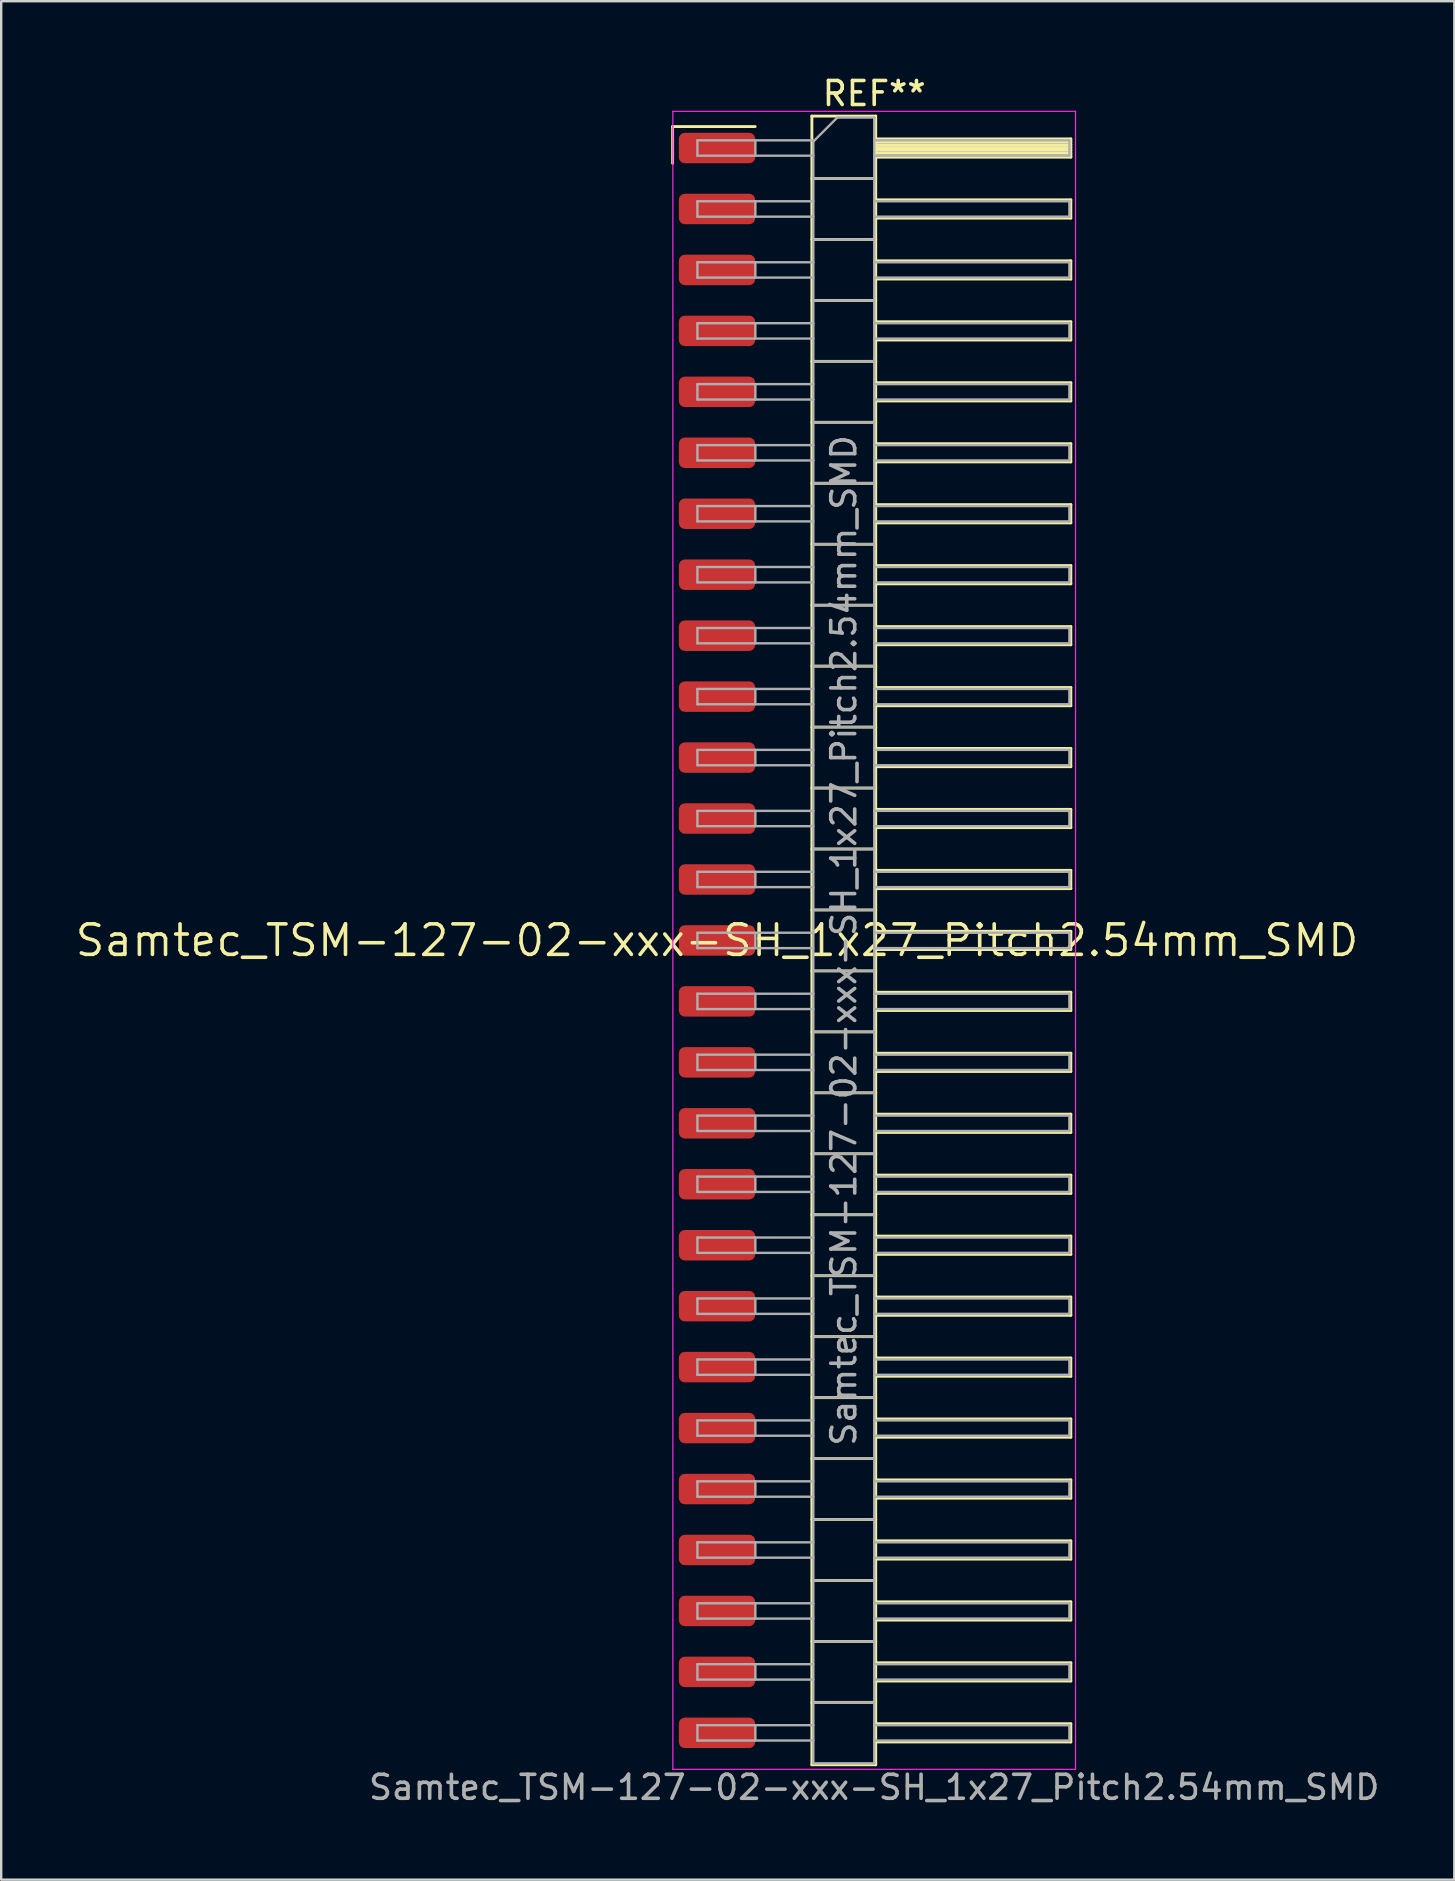
<source format=kicad_pcb>
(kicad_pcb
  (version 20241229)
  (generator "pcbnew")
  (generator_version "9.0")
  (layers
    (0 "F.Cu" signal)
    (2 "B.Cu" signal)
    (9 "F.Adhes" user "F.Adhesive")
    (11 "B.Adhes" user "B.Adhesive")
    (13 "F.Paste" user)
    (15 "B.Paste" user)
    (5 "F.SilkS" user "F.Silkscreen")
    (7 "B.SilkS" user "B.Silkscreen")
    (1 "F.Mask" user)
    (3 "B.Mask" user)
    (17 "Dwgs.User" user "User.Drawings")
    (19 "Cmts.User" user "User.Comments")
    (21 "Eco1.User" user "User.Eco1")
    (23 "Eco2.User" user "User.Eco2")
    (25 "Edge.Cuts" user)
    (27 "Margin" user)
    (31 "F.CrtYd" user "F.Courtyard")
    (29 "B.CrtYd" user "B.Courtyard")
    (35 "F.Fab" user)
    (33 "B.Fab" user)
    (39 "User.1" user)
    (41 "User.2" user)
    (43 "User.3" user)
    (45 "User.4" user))
  (footprint "Samtec_TSM-127-02-xxx-SH_1x27_Pitch2.54mm_SMD"
    (layer "F.Cu")
    (at 26.828 36.138)
    (property "Reference" "Samtec_TSM-127-02-xxx-SH_1x27_Pitch2.54mm_SMD" (at 0 0 0) (layer "F.SilkS") (effects (font (size 1.27 1.27) (thickness 0.15))))
    (attr smd)
    (fp_line (start -1.85 -33.915) (end 1.59 -33.915) (stroke (width 0.12) (type solid)) (layer "F.SilkS"))
    (fp_line (start -1.85 -32.385) (end -1.85 -33.915) (stroke (width 0.12) (type solid)) (layer "F.SilkS"))
    (fp_line (start 3.953 -34.35) (end 6.613 -34.35) (stroke (width 0.12) (type solid)) (layer "F.SilkS"))
    (fp_line (start 3.953 -31.75) (end 6.613 -31.75) (stroke (width 0.12) (type solid)) (layer "F.SilkS"))
    (fp_line (start 3.953 -29.21) (end 6.613 -29.21) (stroke (width 0.12) (type solid)) (layer "F.SilkS"))
    (fp_line (start 3.953 -26.67) (end 6.613 -26.67) (stroke (width 0.12) (type solid)) (layer "F.SilkS"))
    (fp_line (start 3.953 -24.13) (end 6.613 -24.13) (stroke (width 0.12) (type solid)) (layer "F.SilkS"))
    (fp_line (start 3.953 -21.59) (end 6.613 -21.59) (stroke (width 0.12) (type solid)) (layer "F.SilkS"))
    (fp_line (start 3.953 -19.05) (end 6.613 -19.05) (stroke (width 0.12) (type solid)) (layer "F.SilkS"))
    (fp_line (start 3.953 -16.51) (end 6.613 -16.51) (stroke (width 0.12) (type solid)) (layer "F.SilkS"))
    (fp_line (start 3.953 -13.97) (end 6.613 -13.97) (stroke (width 0.12) (type solid)) (layer "F.SilkS"))
    (fp_line (start 3.953 -11.43) (end 6.613 -11.43) (stroke (width 0.12) (type solid)) (layer "F.SilkS"))
    (fp_line (start 3.953 -8.89) (end 6.613 -8.89) (stroke (width 0.12) (type solid)) (layer "F.SilkS"))
    (fp_line (start 3.953 -6.35) (end 6.613 -6.35) (stroke (width 0.12) (type solid)) (layer "F.SilkS"))
    (fp_line (start 3.953 -3.81) (end 6.613 -3.81) (stroke (width 0.12) (type solid)) (layer "F.SilkS"))
    (fp_line (start 3.953 -1.27) (end 6.613 -1.27) (stroke (width 0.12) (type solid)) (layer "F.SilkS"))
    (fp_line (start 3.953 1.27) (end 6.613 1.27) (stroke (width 0.12) (type solid)) (layer "F.SilkS"))
    (fp_line (start 3.953 3.81) (end 6.613 3.81) (stroke (width 0.12) (type solid)) (layer "F.SilkS"))
    (fp_line (start 3.953 6.35) (end 6.613 6.35) (stroke (width 0.12) (type solid)) (layer "F.SilkS"))
    (fp_line (start 3.953 8.89) (end 6.613 8.89) (stroke (width 0.12) (type solid)) (layer "F.SilkS"))
    (fp_line (start 3.953 11.43) (end 6.613 11.43) (stroke (width 0.12) (type solid)) (layer "F.SilkS"))
    (fp_line (start 3.953 13.97) (end 6.613 13.97) (stroke (width 0.12) (type solid)) (layer "F.SilkS"))
    (fp_line (start 3.953 16.51) (end 6.613 16.51) (stroke (width 0.12) (type solid)) (layer "F.SilkS"))
    (fp_line (start 3.953 19.05) (end 6.613 19.05) (stroke (width 0.12) (type solid)) (layer "F.SilkS"))
    (fp_line (start 3.953 21.59) (end 6.613 21.59) (stroke (width 0.12) (type solid)) (layer "F.SilkS"))
    (fp_line (start 3.953 24.13) (end 6.613 24.13) (stroke (width 0.12) (type solid)) (layer "F.SilkS"))
    (fp_line (start 3.953 26.67) (end 6.613 26.67) (stroke (width 0.12) (type solid)) (layer "F.SilkS"))
    (fp_line (start 3.953 29.21) (end 6.613 29.21) (stroke (width 0.12) (type solid)) (layer "F.SilkS"))
    (fp_line (start 3.953 31.75) (end 6.613 31.75) (stroke (width 0.12) (type solid)) (layer "F.SilkS"))
    (fp_line (start 3.953 34.35) (end 3.953 -34.35) (stroke (width 0.12) (type solid)) (layer "F.SilkS"))
    (fp_line (start 6.613 -34.35) (end 6.613 34.35) (stroke (width 0.12) (type solid)) (layer "F.SilkS"))
    (fp_line (start 6.613 -33.4) (end 14.743 -33.4) (stroke (width 0.12) (type solid)) (layer "F.SilkS"))
    (fp_line (start 6.613 -33.28) (end 14.743 -33.28) (stroke (width 0.12) (type solid)) (layer "F.SilkS"))
    (fp_line (start 6.613 -33.16) (end 14.743 -33.16) (stroke (width 0.12) (type solid)) (layer "F.SilkS"))
    (fp_line (start 6.613 -33.04) (end 14.743 -33.04) (stroke (width 0.12) (type solid)) (layer "F.SilkS"))
    (fp_line (start 6.613 -32.92) (end 14.743 -32.92) (stroke (width 0.12) (type solid)) (layer "F.SilkS"))
    (fp_line (start 6.613 -32.8) (end 14.743 -32.8) (stroke (width 0.12) (type solid)) (layer "F.SilkS"))
    (fp_line (start 6.613 -32.68) (end 14.743 -32.68) (stroke (width 0.12) (type solid)) (layer "F.SilkS"))
    (fp_line (start 6.613 -32.64) (end 14.743 -32.64) (stroke (width 0.12) (type solid)) (layer "F.SilkS"))
    (fp_line (start 6.613 -30.86) (end 14.743 -30.86) (stroke (width 0.12) (type solid)) (layer "F.SilkS"))
    (fp_line (start 6.613 -30.1) (end 14.743 -30.1) (stroke (width 0.12) (type solid)) (layer "F.SilkS"))
    (fp_line (start 6.613 -28.32) (end 14.743 -28.32) (stroke (width 0.12) (type solid)) (layer "F.SilkS"))
    (fp_line (start 6.613 -27.56) (end 14.743 -27.56) (stroke (width 0.12) (type solid)) (layer "F.SilkS"))
    (fp_line (start 6.613 -25.78) (end 14.743 -25.78) (stroke (width 0.12) (type solid)) (layer "F.SilkS"))
    (fp_line (start 6.613 -25.02) (end 14.743 -25.02) (stroke (width 0.12) (type solid)) (layer "F.SilkS"))
    (fp_line (start 6.613 -23.24) (end 14.743 -23.24) (stroke (width 0.12) (type solid)) (layer "F.SilkS"))
    (fp_line (start 6.613 -22.48) (end 14.743 -22.48) (stroke (width 0.12) (type solid)) (layer "F.SilkS"))
    (fp_line (start 6.613 -20.7) (end 14.743 -20.7) (stroke (width 0.12) (type solid)) (layer "F.SilkS"))
    (fp_line (start 6.613 -19.94) (end 14.743 -19.94) (stroke (width 0.12) (type solid)) (layer "F.SilkS"))
    (fp_line (start 6.613 -18.16) (end 14.743 -18.16) (stroke (width 0.12) (type solid)) (layer "F.SilkS"))
    (fp_line (start 6.613 -17.4) (end 14.743 -17.4) (stroke (width 0.12) (type solid)) (layer "F.SilkS"))
    (fp_line (start 6.613 -15.62) (end 14.743 -15.62) (stroke (width 0.12) (type solid)) (layer "F.SilkS"))
    (fp_line (start 6.613 -14.86) (end 14.743 -14.86) (stroke (width 0.12) (type solid)) (layer "F.SilkS"))
    (fp_line (start 6.613 -13.08) (end 14.743 -13.08) (stroke (width 0.12) (type solid)) (layer "F.SilkS"))
    (fp_line (start 6.613 -12.32) (end 14.743 -12.32) (stroke (width 0.12) (type solid)) (layer "F.SilkS"))
    (fp_line (start 6.613 -10.54) (end 14.743 -10.54) (stroke (width 0.12) (type solid)) (layer "F.SilkS"))
    (fp_line (start 6.613 -9.78) (end 14.743 -9.78) (stroke (width 0.12) (type solid)) (layer "F.SilkS"))
    (fp_line (start 6.613 -8) (end 14.743 -8) (stroke (width 0.12) (type solid)) (layer "F.SilkS"))
    (fp_line (start 6.613 -7.24) (end 14.743 -7.24) (stroke (width 0.12) (type solid)) (layer "F.SilkS"))
    (fp_line (start 6.613 -5.46) (end 14.743 -5.46) (stroke (width 0.12) (type solid)) (layer "F.SilkS"))
    (fp_line (start 6.613 -4.7) (end 14.743 -4.7) (stroke (width 0.12) (type solid)) (layer "F.SilkS"))
    (fp_line (start 6.613 -2.92) (end 14.743 -2.92) (stroke (width 0.12) (type solid)) (layer "F.SilkS"))
    (fp_line (start 6.613 -2.16) (end 14.743 -2.16) (stroke (width 0.12) (type solid)) (layer "F.SilkS"))
    (fp_line (start 6.613 -0.38) (end 14.743 -0.38) (stroke (width 0.12) (type solid)) (layer "F.SilkS"))
    (fp_line (start 6.613 0.38) (end 14.743 0.38) (stroke (width 0.12) (type solid)) (layer "F.SilkS"))
    (fp_line (start 6.613 2.16) (end 14.743 2.16) (stroke (width 0.12) (type solid)) (layer "F.SilkS"))
    (fp_line (start 6.613 2.92) (end 14.743 2.92) (stroke (width 0.12) (type solid)) (layer "F.SilkS"))
    (fp_line (start 6.613 4.7) (end 14.743 4.7) (stroke (width 0.12) (type solid)) (layer "F.SilkS"))
    (fp_line (start 6.613 5.46) (end 14.743 5.46) (stroke (width 0.12) (type solid)) (layer "F.SilkS"))
    (fp_line (start 6.613 7.24) (end 14.743 7.24) (stroke (width 0.12) (type solid)) (layer "F.SilkS"))
    (fp_line (start 6.613 8) (end 14.743 8) (stroke (width 0.12) (type solid)) (layer "F.SilkS"))
    (fp_line (start 6.613 9.78) (end 14.743 9.78) (stroke (width 0.12) (type solid)) (layer "F.SilkS"))
    (fp_line (start 6.613 10.54) (end 14.743 10.54) (stroke (width 0.12) (type solid)) (layer "F.SilkS"))
    (fp_line (start 6.613 12.32) (end 14.743 12.32) (stroke (width 0.12) (type solid)) (layer "F.SilkS"))
    (fp_line (start 6.613 13.08) (end 14.743 13.08) (stroke (width 0.12) (type solid)) (layer "F.SilkS"))
    (fp_line (start 6.613 14.86) (end 14.743 14.86) (stroke (width 0.12) (type solid)) (layer "F.SilkS"))
    (fp_line (start 6.613 15.62) (end 14.743 15.62) (stroke (width 0.12) (type solid)) (layer "F.SilkS"))
    (fp_line (start 6.613 17.4) (end 14.743 17.4) (stroke (width 0.12) (type solid)) (layer "F.SilkS"))
    (fp_line (start 6.613 18.16) (end 14.743 18.16) (stroke (width 0.12) (type solid)) (layer "F.SilkS"))
    (fp_line (start 6.613 19.94) (end 14.743 19.94) (stroke (width 0.12) (type solid)) (layer "F.SilkS"))
    (fp_line (start 6.613 20.7) (end 14.743 20.7) (stroke (width 0.12) (type solid)) (layer "F.SilkS"))
    (fp_line (start 6.613 22.48) (end 14.743 22.48) (stroke (width 0.12) (type solid)) (layer "F.SilkS"))
    (fp_line (start 6.613 23.24) (end 14.743 23.24) (stroke (width 0.12) (type solid)) (layer "F.SilkS"))
    (fp_line (start 6.613 25.02) (end 14.743 25.02) (stroke (width 0.12) (type solid)) (layer "F.SilkS"))
    (fp_line (start 6.613 25.78) (end 14.743 25.78) (stroke (width 0.12) (type solid)) (layer "F.SilkS"))
    (fp_line (start 6.613 27.56) (end 14.743 27.56) (stroke (width 0.12) (type solid)) (layer "F.SilkS"))
    (fp_line (start 6.613 28.32) (end 14.743 28.32) (stroke (width 0.12) (type solid)) (layer "F.SilkS"))
    (fp_line (start 6.613 30.1) (end 14.743 30.1) (stroke (width 0.12) (type solid)) (layer "F.SilkS"))
    (fp_line (start 6.613 30.86) (end 14.743 30.86) (stroke (width 0.12) (type solid)) (layer "F.SilkS"))
    (fp_line (start 6.613 32.64) (end 14.743 32.64) (stroke (width 0.12) (type solid)) (layer "F.SilkS"))
    (fp_line (start 6.613 33.4) (end 14.743 33.4) (stroke (width 0.12) (type solid)) (layer "F.SilkS"))
    (fp_line (start 6.613 34.35) (end 3.953 34.35) (stroke (width 0.12) (type solid)) (layer "F.SilkS"))
    (fp_line (start 14.743 -33.4) (end 14.743 -32.64) (stroke (width 0.12) (type solid)) (layer "F.SilkS"))
    (fp_line (start 14.743 -30.86) (end 14.743 -30.1) (stroke (width 0.12) (type solid)) (layer "F.SilkS"))
    (fp_line (start 14.743 -28.32) (end 14.743 -27.56) (stroke (width 0.12) (type solid)) (layer "F.SilkS"))
    (fp_line (start 14.743 -25.78) (end 14.743 -25.02) (stroke (width 0.12) (type solid)) (layer "F.SilkS"))
    (fp_line (start 14.743 -23.24) (end 14.743 -22.48) (stroke (width 0.12) (type solid)) (layer "F.SilkS"))
    (fp_line (start 14.743 -20.7) (end 14.743 -19.94) (stroke (width 0.12) (type solid)) (layer "F.SilkS"))
    (fp_line (start 14.743 -18.16) (end 14.743 -17.4) (stroke (width 0.12) (type solid)) (layer "F.SilkS"))
    (fp_line (start 14.743 -15.62) (end 14.743 -14.86) (stroke (width 0.12) (type solid)) (layer "F.SilkS"))
    (fp_line (start 14.743 -13.08) (end 14.743 -12.32) (stroke (width 0.12) (type solid)) (layer "F.SilkS"))
    (fp_line (start 14.743 -10.54) (end 14.743 -9.78) (stroke (width 0.12) (type solid)) (layer "F.SilkS"))
    (fp_line (start 14.743 -8) (end 14.743 -7.24) (stroke (width 0.12) (type solid)) (layer "F.SilkS"))
    (fp_line (start 14.743 -5.46) (end 14.743 -4.7) (stroke (width 0.12) (type solid)) (layer "F.SilkS"))
    (fp_line (start 14.743 -2.92) (end 14.743 -2.16) (stroke (width 0.12) (type solid)) (layer "F.SilkS"))
    (fp_line (start 14.743 -0.38) (end 14.743 0.38) (stroke (width 0.12) (type solid)) (layer "F.SilkS"))
    (fp_line (start 14.743 2.16) (end 14.743 2.92) (stroke (width 0.12) (type solid)) (layer "F.SilkS"))
    (fp_line (start 14.743 4.7) (end 14.743 5.46) (stroke (width 0.12) (type solid)) (layer "F.SilkS"))
    (fp_line (start 14.743 7.24) (end 14.743 8) (stroke (width 0.12) (type solid)) (layer "F.SilkS"))
    (fp_line (start 14.743 9.78) (end 14.743 10.54) (stroke (width 0.12) (type solid)) (layer "F.SilkS"))
    (fp_line (start 14.743 12.32) (end 14.743 13.08) (stroke (width 0.12) (type solid)) (layer "F.SilkS"))
    (fp_line (start 14.743 14.86) (end 14.743 15.62) (stroke (width 0.12) (type solid)) (layer "F.SilkS"))
    (fp_line (start 14.743 17.4) (end 14.743 18.16) (stroke (width 0.12) (type solid)) (layer "F.SilkS"))
    (fp_line (start 14.743 19.94) (end 14.743 20.7) (stroke (width 0.12) (type solid)) (layer "F.SilkS"))
    (fp_line (start 14.743 22.48) (end 14.743 23.24) (stroke (width 0.12) (type solid)) (layer "F.SilkS"))
    (fp_line (start 14.743 25.02) (end 14.743 25.78) (stroke (width 0.12) (type solid)) (layer "F.SilkS"))
    (fp_line (start 14.743 27.56) (end 14.743 28.32) (stroke (width 0.12) (type solid)) (layer "F.SilkS"))
    (fp_line (start 14.743 30.1) (end 14.743 30.86) (stroke (width 0.12) (type solid)) (layer "F.SilkS"))
    (fp_line (start 14.743 32.64) (end 14.743 33.4) (stroke (width 0.12) (type solid)) (layer "F.SilkS"))
    (fp_line (start -1.84 -34.55) (end 14.94 -34.55) (stroke (width 0.05) (type solid)) (layer "F.CrtYd"))
    (fp_line (start -1.84 34.54) (end -1.84 -34.55) (stroke (width 0.05) (type solid)) (layer "F.CrtYd"))
    (fp_line (start 14.94 -34.55) (end 14.94 34.54) (stroke (width 0.05) (type solid)) (layer "F.CrtYd"))
    (fp_line (start 14.94 34.54) (end -1.84 34.54) (stroke (width 0.05) (type solid)) (layer "F.CrtYd"))
    (fp_line (start -0.817 -33.34) (end -0.817 -32.7) (stroke (width 0.1) (type solid)) (layer "F.Fab"))
    (fp_line (start -0.817 -33.34) (end 4.013 -33.34) (stroke (width 0.1) (type solid)) (layer "F.Fab"))
    (fp_line (start -0.817 -32.7) (end 4.013 -32.7) (stroke (width 0.1) (type solid)) (layer "F.Fab"))
    (fp_line (start -0.817 -30.8) (end -0.817 -30.16) (stroke (width 0.1) (type solid)) (layer "F.Fab"))
    (fp_line (start -0.817 -30.8) (end 4.013 -30.8) (stroke (width 0.1) (type solid)) (layer "F.Fab"))
    (fp_line (start -0.817 -30.16) (end 4.013 -30.16) (stroke (width 0.1) (type solid)) (layer "F.Fab"))
    (fp_line (start -0.817 -28.26) (end -0.817 -27.62) (stroke (width 0.1) (type solid)) (layer "F.Fab"))
    (fp_line (start -0.817 -28.26) (end 4.013 -28.26) (stroke (width 0.1) (type solid)) (layer "F.Fab"))
    (fp_line (start -0.817 -27.62) (end 4.013 -27.62) (stroke (width 0.1) (type solid)) (layer "F.Fab"))
    (fp_line (start -0.817 -25.72) (end -0.817 -25.08) (stroke (width 0.1) (type solid)) (layer "F.Fab"))
    (fp_line (start -0.817 -25.72) (end 4.013 -25.72) (stroke (width 0.1) (type solid)) (layer "F.Fab"))
    (fp_line (start -0.817 -25.08) (end 4.013 -25.08) (stroke (width 0.1) (type solid)) (layer "F.Fab"))
    (fp_line (start -0.817 -23.18) (end -0.817 -22.54) (stroke (width 0.1) (type solid)) (layer "F.Fab"))
    (fp_line (start -0.817 -23.18) (end 4.013 -23.18) (stroke (width 0.1) (type solid)) (layer "F.Fab"))
    (fp_line (start -0.817 -22.54) (end 4.013 -22.54) (stroke (width 0.1) (type solid)) (layer "F.Fab"))
    (fp_line (start -0.817 -20.64) (end -0.817 -20) (stroke (width 0.1) (type solid)) (layer "F.Fab"))
    (fp_line (start -0.817 -20.64) (end 4.013 -20.64) (stroke (width 0.1) (type solid)) (layer "F.Fab"))
    (fp_line (start -0.817 -20) (end 4.013 -20) (stroke (width 0.1) (type solid)) (layer "F.Fab"))
    (fp_line (start -0.817 -18.1) (end -0.817 -17.46) (stroke (width 0.1) (type solid)) (layer "F.Fab"))
    (fp_line (start -0.817 -18.1) (end 4.013 -18.1) (stroke (width 0.1) (type solid)) (layer "F.Fab"))
    (fp_line (start -0.817 -17.46) (end 4.013 -17.46) (stroke (width 0.1) (type solid)) (layer "F.Fab"))
    (fp_line (start -0.817 -15.56) (end -0.817 -14.92) (stroke (width 0.1) (type solid)) (layer "F.Fab"))
    (fp_line (start -0.817 -15.56) (end 4.013 -15.56) (stroke (width 0.1) (type solid)) (layer "F.Fab"))
    (fp_line (start -0.817 -14.92) (end 4.013 -14.92) (stroke (width 0.1) (type solid)) (layer "F.Fab"))
    (fp_line (start -0.817 -13.02) (end -0.817 -12.38) (stroke (width 0.1) (type solid)) (layer "F.Fab"))
    (fp_line (start -0.817 -13.02) (end 4.013 -13.02) (stroke (width 0.1) (type solid)) (layer "F.Fab"))
    (fp_line (start -0.817 -12.38) (end 4.013 -12.38) (stroke (width 0.1) (type solid)) (layer "F.Fab"))
    (fp_line (start -0.817 -10.48) (end -0.817 -9.84) (stroke (width 0.1) (type solid)) (layer "F.Fab"))
    (fp_line (start -0.817 -10.48) (end 4.013 -10.48) (stroke (width 0.1) (type solid)) (layer "F.Fab"))
    (fp_line (start -0.817 -9.84) (end 4.013 -9.84) (stroke (width 0.1) (type solid)) (layer "F.Fab"))
    (fp_line (start -0.817 -7.94) (end -0.817 -7.3) (stroke (width 0.1) (type solid)) (layer "F.Fab"))
    (fp_line (start -0.817 -7.94) (end 4.013 -7.94) (stroke (width 0.1) (type solid)) (layer "F.Fab"))
    (fp_line (start -0.817 -7.3) (end 4.013 -7.3) (stroke (width 0.1) (type solid)) (layer "F.Fab"))
    (fp_line (start -0.817 -5.4) (end -0.817 -4.76) (stroke (width 0.1) (type solid)) (layer "F.Fab"))
    (fp_line (start -0.817 -5.4) (end 4.013 -5.4) (stroke (width 0.1) (type solid)) (layer "F.Fab"))
    (fp_line (start -0.817 -4.76) (end 4.013 -4.76) (stroke (width 0.1) (type solid)) (layer "F.Fab"))
    (fp_line (start -0.817 -2.86) (end -0.817 -2.22) (stroke (width 0.1) (type solid)) (layer "F.Fab"))
    (fp_line (start -0.817 -2.86) (end 4.013 -2.86) (stroke (width 0.1) (type solid)) (layer "F.Fab"))
    (fp_line (start -0.817 -2.22) (end 4.013 -2.22) (stroke (width 0.1) (type solid)) (layer "F.Fab"))
    (fp_line (start -0.817 -0.32) (end -0.817 0.32) (stroke (width 0.1) (type solid)) (layer "F.Fab"))
    (fp_line (start -0.817 -0.32) (end 4.013 -0.32) (stroke (width 0.1) (type solid)) (layer "F.Fab"))
    (fp_line (start -0.817 0.32) (end 4.013 0.32) (stroke (width 0.1) (type solid)) (layer "F.Fab"))
    (fp_line (start -0.817 2.22) (end -0.817 2.86) (stroke (width 0.1) (type solid)) (layer "F.Fab"))
    (fp_line (start -0.817 2.22) (end 4.013 2.22) (stroke (width 0.1) (type solid)) (layer "F.Fab"))
    (fp_line (start -0.817 2.86) (end 4.013 2.86) (stroke (width 0.1) (type solid)) (layer "F.Fab"))
    (fp_line (start -0.817 4.76) (end -0.817 5.4) (stroke (width 0.1) (type solid)) (layer "F.Fab"))
    (fp_line (start -0.817 4.76) (end 4.013 4.76) (stroke (width 0.1) (type solid)) (layer "F.Fab"))
    (fp_line (start -0.817 5.4) (end 4.013 5.4) (stroke (width 0.1) (type solid)) (layer "F.Fab"))
    (fp_line (start -0.817 7.3) (end -0.817 7.94) (stroke (width 0.1) (type solid)) (layer "F.Fab"))
    (fp_line (start -0.817 7.3) (end 4.013 7.3) (stroke (width 0.1) (type solid)) (layer "F.Fab"))
    (fp_line (start -0.817 7.94) (end 4.013 7.94) (stroke (width 0.1) (type solid)) (layer "F.Fab"))
    (fp_line (start -0.817 9.84) (end -0.817 10.48) (stroke (width 0.1) (type solid)) (layer "F.Fab"))
    (fp_line (start -0.817 9.84) (end 4.013 9.84) (stroke (width 0.1) (type solid)) (layer "F.Fab"))
    (fp_line (start -0.817 10.48) (end 4.013 10.48) (stroke (width 0.1) (type solid)) (layer "F.Fab"))
    (fp_line (start -0.817 12.38) (end -0.817 13.02) (stroke (width 0.1) (type solid)) (layer "F.Fab"))
    (fp_line (start -0.817 12.38) (end 4.013 12.38) (stroke (width 0.1) (type solid)) (layer "F.Fab"))
    (fp_line (start -0.817 13.02) (end 4.013 13.02) (stroke (width 0.1) (type solid)) (layer "F.Fab"))
    (fp_line (start -0.817 14.92) (end -0.817 15.56) (stroke (width 0.1) (type solid)) (layer "F.Fab"))
    (fp_line (start -0.817 14.92) (end 4.013 14.92) (stroke (width 0.1) (type solid)) (layer "F.Fab"))
    (fp_line (start -0.817 15.56) (end 4.013 15.56) (stroke (width 0.1) (type solid)) (layer "F.Fab"))
    (fp_line (start -0.817 17.46) (end -0.817 18.1) (stroke (width 0.1) (type solid)) (layer "F.Fab"))
    (fp_line (start -0.817 17.46) (end 4.013 17.46) (stroke (width 0.1) (type solid)) (layer "F.Fab"))
    (fp_line (start -0.817 18.1) (end 4.013 18.1) (stroke (width 0.1) (type solid)) (layer "F.Fab"))
    (fp_line (start -0.817 20) (end -0.817 20.64) (stroke (width 0.1) (type solid)) (layer "F.Fab"))
    (fp_line (start -0.817 20) (end 4.013 20) (stroke (width 0.1) (type solid)) (layer "F.Fab"))
    (fp_line (start -0.817 20.64) (end 4.013 20.64) (stroke (width 0.1) (type solid)) (layer "F.Fab"))
    (fp_line (start -0.817 22.54) (end -0.817 23.18) (stroke (width 0.1) (type solid)) (layer "F.Fab"))
    (fp_line (start -0.817 22.54) (end 4.013 22.54) (stroke (width 0.1) (type solid)) (layer "F.Fab"))
    (fp_line (start -0.817 23.18) (end 4.013 23.18) (stroke (width 0.1) (type solid)) (layer "F.Fab"))
    (fp_line (start -0.817 25.08) (end -0.817 25.72) (stroke (width 0.1) (type solid)) (layer "F.Fab"))
    (fp_line (start -0.817 25.08) (end 4.013 25.08) (stroke (width 0.1) (type solid)) (layer "F.Fab"))
    (fp_line (start -0.817 25.72) (end 4.013 25.72) (stroke (width 0.1) (type solid)) (layer "F.Fab"))
    (fp_line (start -0.817 27.62) (end -0.817 28.26) (stroke (width 0.1) (type solid)) (layer "F.Fab"))
    (fp_line (start -0.817 27.62) (end 4.013 27.62) (stroke (width 0.1) (type solid)) (layer "F.Fab"))
    (fp_line (start -0.817 28.26) (end 4.013 28.26) (stroke (width 0.1) (type solid)) (layer "F.Fab"))
    (fp_line (start -0.817 30.16) (end -0.817 30.8) (stroke (width 0.1) (type solid)) (layer "F.Fab"))
    (fp_line (start -0.817 30.16) (end 4.013 30.16) (stroke (width 0.1) (type solid)) (layer "F.Fab"))
    (fp_line (start -0.817 30.8) (end 4.013 30.8) (stroke (width 0.1) (type solid)) (layer "F.Fab"))
    (fp_line (start -0.817 32.7) (end -0.817 33.34) (stroke (width 0.1) (type solid)) (layer "F.Fab"))
    (fp_line (start -0.817 32.7) (end 4.013 32.7) (stroke (width 0.1) (type solid)) (layer "F.Fab"))
    (fp_line (start -0.817 33.34) (end 4.013 33.34) (stroke (width 0.1) (type solid)) (layer "F.Fab"))
    (fp_line (start 1.598 -33.34) (end 1.598 -32.7) (stroke (width 0.1) (type solid)) (layer "F.Fab"))
    (fp_line (start 1.598 -30.8) (end 1.598 -30.16) (stroke (width 0.1) (type solid)) (layer "F.Fab"))
    (fp_line (start 1.598 -28.26) (end 1.598 -27.62) (stroke (width 0.1) (type solid)) (layer "F.Fab"))
    (fp_line (start 1.598 -25.72) (end 1.598 -25.08) (stroke (width 0.1) (type solid)) (layer "F.Fab"))
    (fp_line (start 1.598 -23.18) (end 1.598 -22.54) (stroke (width 0.1) (type solid)) (layer "F.Fab"))
    (fp_line (start 1.598 -20.64) (end 1.598 -20) (stroke (width 0.1) (type solid)) (layer "F.Fab"))
    (fp_line (start 1.598 -18.1) (end 1.598 -17.46) (stroke (width 0.1) (type solid)) (layer "F.Fab"))
    (fp_line (start 1.598 -15.56) (end 1.598 -14.92) (stroke (width 0.1) (type solid)) (layer "F.Fab"))
    (fp_line (start 1.598 -13.02) (end 1.598 -12.38) (stroke (width 0.1) (type solid)) (layer "F.Fab"))
    (fp_line (start 1.598 -10.48) (end 1.598 -9.84) (stroke (width 0.1) (type solid)) (layer "F.Fab"))
    (fp_line (start 1.598 -7.94) (end 1.598 -7.3) (stroke (width 0.1) (type solid)) (layer "F.Fab"))
    (fp_line (start 1.598 -5.4) (end 1.598 -4.76) (stroke (width 0.1) (type solid)) (layer "F.Fab"))
    (fp_line (start 1.598 -2.86) (end 1.598 -2.22) (stroke (width 0.1) (type solid)) (layer "F.Fab"))
    (fp_line (start 1.598 -0.32) (end 1.598 0.32) (stroke (width 0.1) (type solid)) (layer "F.Fab"))
    (fp_line (start 1.598 2.22) (end 1.598 2.86) (stroke (width 0.1) (type solid)) (layer "F.Fab"))
    (fp_line (start 1.598 4.76) (end 1.598 5.4) (stroke (width 0.1) (type solid)) (layer "F.Fab"))
    (fp_line (start 1.598 7.3) (end 1.598 7.94) (stroke (width 0.1) (type solid)) (layer "F.Fab"))
    (fp_line (start 1.598 9.84) (end 1.598 10.48) (stroke (width 0.1) (type solid)) (layer "F.Fab"))
    (fp_line (start 1.598 12.38) (end 1.598 13.02) (stroke (width 0.1) (type solid)) (layer "F.Fab"))
    (fp_line (start 1.598 14.92) (end 1.598 15.56) (stroke (width 0.1) (type solid)) (layer "F.Fab"))
    (fp_line (start 1.598 17.46) (end 1.598 18.1) (stroke (width 0.1) (type solid)) (layer "F.Fab"))
    (fp_line (start 1.598 20) (end 1.598 20.64) (stroke (width 0.1) (type solid)) (layer "F.Fab"))
    (fp_line (start 1.598 22.54) (end 1.598 23.18) (stroke (width 0.1) (type solid)) (layer "F.Fab"))
    (fp_line (start 1.598 25.08) (end 1.598 25.72) (stroke (width 0.1) (type solid)) (layer "F.Fab"))
    (fp_line (start 1.598 27.62) (end 1.598 28.26) (stroke (width 0.1) (type solid)) (layer "F.Fab"))
    (fp_line (start 1.598 30.16) (end 1.598 30.8) (stroke (width 0.1) (type solid)) (layer "F.Fab"))
    (fp_line (start 1.598 32.7) (end 1.598 33.34) (stroke (width 0.1) (type solid)) (layer "F.Fab"))
    (fp_line (start 4.013 -33.29) (end 5.013 -34.29) (stroke (width 0.1) (type solid)) (layer "F.Fab"))
    (fp_line (start 4.013 -31.75) (end 6.553 -31.75) (stroke (width 0.1) (type solid)) (layer "F.Fab"))
    (fp_line (start 4.013 -29.21) (end 6.553 -29.21) (stroke (width 0.1) (type solid)) (layer "F.Fab"))
    (fp_line (start 4.013 -26.67) (end 6.553 -26.67) (stroke (width 0.1) (type solid)) (layer "F.Fab"))
    (fp_line (start 4.013 -24.13) (end 6.553 -24.13) (stroke (width 0.1) (type solid)) (layer "F.Fab"))
    (fp_line (start 4.013 -21.59) (end 6.553 -21.59) (stroke (width 0.1) (type solid)) (layer "F.Fab"))
    (fp_line (start 4.013 -19.05) (end 6.553 -19.05) (stroke (width 0.1) (type solid)) (layer "F.Fab"))
    (fp_line (start 4.013 -16.51) (end 6.553 -16.51) (stroke (width 0.1) (type solid)) (layer "F.Fab"))
    (fp_line (start 4.013 -13.97) (end 6.553 -13.97) (stroke (width 0.1) (type solid)) (layer "F.Fab"))
    (fp_line (start 4.013 -11.43) (end 6.553 -11.43) (stroke (width 0.1) (type solid)) (layer "F.Fab"))
    (fp_line (start 4.013 -8.89) (end 6.553 -8.89) (stroke (width 0.1) (type solid)) (layer "F.Fab"))
    (fp_line (start 4.013 -6.35) (end 6.553 -6.35) (stroke (width 0.1) (type solid)) (layer "F.Fab"))
    (fp_line (start 4.013 -3.81) (end 6.553 -3.81) (stroke (width 0.1) (type solid)) (layer "F.Fab"))
    (fp_line (start 4.013 -1.27) (end 6.553 -1.27) (stroke (width 0.1) (type solid)) (layer "F.Fab"))
    (fp_line (start 4.013 1.27) (end 6.553 1.27) (stroke (width 0.1) (type solid)) (layer "F.Fab"))
    (fp_line (start 4.013 3.81) (end 6.553 3.81) (stroke (width 0.1) (type solid)) (layer "F.Fab"))
    (fp_line (start 4.013 6.35) (end 6.553 6.35) (stroke (width 0.1) (type solid)) (layer "F.Fab"))
    (fp_line (start 4.013 8.89) (end 6.553 8.89) (stroke (width 0.1) (type solid)) (layer "F.Fab"))
    (fp_line (start 4.013 11.43) (end 6.553 11.43) (stroke (width 0.1) (type solid)) (layer "F.Fab"))
    (fp_line (start 4.013 13.97) (end 6.553 13.97) (stroke (width 0.1) (type solid)) (layer "F.Fab"))
    (fp_line (start 4.013 16.51) (end 6.553 16.51) (stroke (width 0.1) (type solid)) (layer "F.Fab"))
    (fp_line (start 4.013 19.05) (end 6.553 19.05) (stroke (width 0.1) (type solid)) (layer "F.Fab"))
    (fp_line (start 4.013 21.59) (end 6.553 21.59) (stroke (width 0.1) (type solid)) (layer "F.Fab"))
    (fp_line (start 4.013 24.13) (end 6.553 24.13) (stroke (width 0.1) (type solid)) (layer "F.Fab"))
    (fp_line (start 4.013 26.67) (end 6.553 26.67) (stroke (width 0.1) (type solid)) (layer "F.Fab"))
    (fp_line (start 4.013 29.21) (end 6.553 29.21) (stroke (width 0.1) (type solid)) (layer "F.Fab"))
    (fp_line (start 4.013 31.75) (end 6.553 31.75) (stroke (width 0.1) (type solid)) (layer "F.Fab"))
    (fp_line (start 4.013 34.29) (end 4.013 -33.29) (stroke (width 0.1) (type solid)) (layer "F.Fab"))
    (fp_line (start 5.013 -34.29) (end 6.553 -34.29) (stroke (width 0.1) (type solid)) (layer "F.Fab"))
    (fp_line (start 6.553 -34.29) (end 6.553 34.29) (stroke (width 0.1) (type solid)) (layer "F.Fab"))
    (fp_line (start 6.553 -33.34) (end 14.683 -33.34) (stroke (width 0.1) (type solid)) (layer "F.Fab"))
    (fp_line (start 6.553 -32.7) (end 14.683 -32.7) (stroke (width 0.1) (type solid)) (layer "F.Fab"))
    (fp_line (start 6.553 -30.8) (end 14.683 -30.8) (stroke (width 0.1) (type solid)) (layer "F.Fab"))
    (fp_line (start 6.553 -30.16) (end 14.683 -30.16) (stroke (width 0.1) (type solid)) (layer "F.Fab"))
    (fp_line (start 6.553 -28.26) (end 14.683 -28.26) (stroke (width 0.1) (type solid)) (layer "F.Fab"))
    (fp_line (start 6.553 -27.62) (end 14.683 -27.62) (stroke (width 0.1) (type solid)) (layer "F.Fab"))
    (fp_line (start 6.553 -25.72) (end 14.683 -25.72) (stroke (width 0.1) (type solid)) (layer "F.Fab"))
    (fp_line (start 6.553 -25.08) (end 14.683 -25.08) (stroke (width 0.1) (type solid)) (layer "F.Fab"))
    (fp_line (start 6.553 -23.18) (end 14.683 -23.18) (stroke (width 0.1) (type solid)) (layer "F.Fab"))
    (fp_line (start 6.553 -22.54) (end 14.683 -22.54) (stroke (width 0.1) (type solid)) (layer "F.Fab"))
    (fp_line (start 6.553 -20.64) (end 14.683 -20.64) (stroke (width 0.1) (type solid)) (layer "F.Fab"))
    (fp_line (start 6.553 -20) (end 14.683 -20) (stroke (width 0.1) (type solid)) (layer "F.Fab"))
    (fp_line (start 6.553 -18.1) (end 14.683 -18.1) (stroke (width 0.1) (type solid)) (layer "F.Fab"))
    (fp_line (start 6.553 -17.46) (end 14.683 -17.46) (stroke (width 0.1) (type solid)) (layer "F.Fab"))
    (fp_line (start 6.553 -15.56) (end 14.683 -15.56) (stroke (width 0.1) (type solid)) (layer "F.Fab"))
    (fp_line (start 6.553 -14.92) (end 14.683 -14.92) (stroke (width 0.1) (type solid)) (layer "F.Fab"))
    (fp_line (start 6.553 -13.02) (end 14.683 -13.02) (stroke (width 0.1) (type solid)) (layer "F.Fab"))
    (fp_line (start 6.553 -12.38) (end 14.683 -12.38) (stroke (width 0.1) (type solid)) (layer "F.Fab"))
    (fp_line (start 6.553 -10.48) (end 14.683 -10.48) (stroke (width 0.1) (type solid)) (layer "F.Fab"))
    (fp_line (start 6.553 -9.84) (end 14.683 -9.84) (stroke (width 0.1) (type solid)) (layer "F.Fab"))
    (fp_line (start 6.553 -7.94) (end 14.683 -7.94) (stroke (width 0.1) (type solid)) (layer "F.Fab"))
    (fp_line (start 6.553 -7.3) (end 14.683 -7.3) (stroke (width 0.1) (type solid)) (layer "F.Fab"))
    (fp_line (start 6.553 -5.4) (end 14.683 -5.4) (stroke (width 0.1) (type solid)) (layer "F.Fab"))
    (fp_line (start 6.553 -4.76) (end 14.683 -4.76) (stroke (width 0.1) (type solid)) (layer "F.Fab"))
    (fp_line (start 6.553 -2.86) (end 14.683 -2.86) (stroke (width 0.1) (type solid)) (layer "F.Fab"))
    (fp_line (start 6.553 -2.22) (end 14.683 -2.22) (stroke (width 0.1) (type solid)) (layer "F.Fab"))
    (fp_line (start 6.553 -0.32) (end 14.683 -0.32) (stroke (width 0.1) (type solid)) (layer "F.Fab"))
    (fp_line (start 6.553 0.32) (end 14.683 0.32) (stroke (width 0.1) (type solid)) (layer "F.Fab"))
    (fp_line (start 6.553 2.22) (end 14.683 2.22) (stroke (width 0.1) (type solid)) (layer "F.Fab"))
    (fp_line (start 6.553 2.86) (end 14.683 2.86) (stroke (width 0.1) (type solid)) (layer "F.Fab"))
    (fp_line (start 6.553 4.76) (end 14.683 4.76) (stroke (width 0.1) (type solid)) (layer "F.Fab"))
    (fp_line (start 6.553 5.4) (end 14.683 5.4) (stroke (width 0.1) (type solid)) (layer "F.Fab"))
    (fp_line (start 6.553 7.3) (end 14.683 7.3) (stroke (width 0.1) (type solid)) (layer "F.Fab"))
    (fp_line (start 6.553 7.94) (end 14.683 7.94) (stroke (width 0.1) (type solid)) (layer "F.Fab"))
    (fp_line (start 6.553 9.84) (end 14.683 9.84) (stroke (width 0.1) (type solid)) (layer "F.Fab"))
    (fp_line (start 6.553 10.48) (end 14.683 10.48) (stroke (width 0.1) (type solid)) (layer "F.Fab"))
    (fp_line (start 6.553 12.38) (end 14.683 12.38) (stroke (width 0.1) (type solid)) (layer "F.Fab"))
    (fp_line (start 6.553 13.02) (end 14.683 13.02) (stroke (width 0.1) (type solid)) (layer "F.Fab"))
    (fp_line (start 6.553 14.92) (end 14.683 14.92) (stroke (width 0.1) (type solid)) (layer "F.Fab"))
    (fp_line (start 6.553 15.56) (end 14.683 15.56) (stroke (width 0.1) (type solid)) (layer "F.Fab"))
    (fp_line (start 6.553 17.46) (end 14.683 17.46) (stroke (width 0.1) (type solid)) (layer "F.Fab"))
    (fp_line (start 6.553 18.1) (end 14.683 18.1) (stroke (width 0.1) (type solid)) (layer "F.Fab"))
    (fp_line (start 6.553 20) (end 14.683 20) (stroke (width 0.1) (type solid)) (layer "F.Fab"))
    (fp_line (start 6.553 20.64) (end 14.683 20.64) (stroke (width 0.1) (type solid)) (layer "F.Fab"))
    (fp_line (start 6.553 22.54) (end 14.683 22.54) (stroke (width 0.1) (type solid)) (layer "F.Fab"))
    (fp_line (start 6.553 23.18) (end 14.683 23.18) (stroke (width 0.1) (type solid)) (layer "F.Fab"))
    (fp_line (start 6.553 25.08) (end 14.683 25.08) (stroke (width 0.1) (type solid)) (layer "F.Fab"))
    (fp_line (start 6.553 25.72) (end 14.683 25.72) (stroke (width 0.1) (type solid)) (layer "F.Fab"))
    (fp_line (start 6.553 27.62) (end 14.683 27.62) (stroke (width 0.1) (type solid)) (layer "F.Fab"))
    (fp_line (start 6.553 28.26) (end 14.683 28.26) (stroke (width 0.1) (type solid)) (layer "F.Fab"))
    (fp_line (start 6.553 30.16) (end 14.683 30.16) (stroke (width 0.1) (type solid)) (layer "F.Fab"))
    (fp_line (start 6.553 30.8) (end 14.683 30.8) (stroke (width 0.1) (type solid)) (layer "F.Fab"))
    (fp_line (start 6.553 32.7) (end 14.683 32.7) (stroke (width 0.1) (type solid)) (layer "F.Fab"))
    (fp_line (start 6.553 33.34) (end 14.683 33.34) (stroke (width 0.1) (type solid)) (layer "F.Fab"))
    (fp_line (start 6.553 34.29) (end 4.013 34.29) (stroke (width 0.1) (type solid)) (layer "F.Fab"))
    (fp_line (start 14.683 -33.34) (end 14.683 -32.7) (stroke (width 0.1) (type solid)) (layer "F.Fab"))
    (fp_line (start 14.683 -30.8) (end 14.683 -30.16) (stroke (width 0.1) (type solid)) (layer "F.Fab"))
    (fp_line (start 14.683 -28.26) (end 14.683 -27.62) (stroke (width 0.1) (type solid)) (layer "F.Fab"))
    (fp_line (start 14.683 -25.72) (end 14.683 -25.08) (stroke (width 0.1) (type solid)) (layer "F.Fab"))
    (fp_line (start 14.683 -23.18) (end 14.683 -22.54) (stroke (width 0.1) (type solid)) (layer "F.Fab"))
    (fp_line (start 14.683 -20.64) (end 14.683 -20) (stroke (width 0.1) (type solid)) (layer "F.Fab"))
    (fp_line (start 14.683 -18.1) (end 14.683 -17.46) (stroke (width 0.1) (type solid)) (layer "F.Fab"))
    (fp_line (start 14.683 -15.56) (end 14.683 -14.92) (stroke (width 0.1) (type solid)) (layer "F.Fab"))
    (fp_line (start 14.683 -13.02) (end 14.683 -12.38) (stroke (width 0.1) (type solid)) (layer "F.Fab"))
    (fp_line (start 14.683 -10.48) (end 14.683 -9.84) (stroke (width 0.1) (type solid)) (layer "F.Fab"))
    (fp_line (start 14.683 -7.94) (end 14.683 -7.3) (stroke (width 0.1) (type solid)) (layer "F.Fab"))
    (fp_line (start 14.683 -5.4) (end 14.683 -4.76) (stroke (width 0.1) (type solid)) (layer "F.Fab"))
    (fp_line (start 14.683 -2.86) (end 14.683 -2.22) (stroke (width 0.1) (type solid)) (layer "F.Fab"))
    (fp_line (start 14.683 -0.32) (end 14.683 0.32) (stroke (width 0.1) (type solid)) (layer "F.Fab"))
    (fp_line (start 14.683 2.22) (end 14.683 2.86) (stroke (width 0.1) (type solid)) (layer "F.Fab"))
    (fp_line (start 14.683 4.76) (end 14.683 5.4) (stroke (width 0.1) (type solid)) (layer "F.Fab"))
    (fp_line (start 14.683 7.3) (end 14.683 7.94) (stroke (width 0.1) (type solid)) (layer "F.Fab"))
    (fp_line (start 14.683 9.84) (end 14.683 10.48) (stroke (width 0.1) (type solid)) (layer "F.Fab"))
    (fp_line (start 14.683 12.38) (end 14.683 13.02) (stroke (width 0.1) (type solid)) (layer "F.Fab"))
    (fp_line (start 14.683 14.92) (end 14.683 15.56) (stroke (width 0.1) (type solid)) (layer "F.Fab"))
    (fp_line (start 14.683 17.46) (end 14.683 18.1) (stroke (width 0.1) (type solid)) (layer "F.Fab"))
    (fp_line (start 14.683 20) (end 14.683 20.64) (stroke (width 0.1) (type solid)) (layer "F.Fab"))
    (fp_line (start 14.683 22.54) (end 14.683 23.18) (stroke (width 0.1) (type solid)) (layer "F.Fab"))
    (fp_line (start 14.683 25.08) (end 14.683 25.72) (stroke (width 0.1) (type solid)) (layer "F.Fab"))
    (fp_line (start 14.683 27.62) (end 14.683 28.26) (stroke (width 0.1) (type solid)) (layer "F.Fab"))
    (fp_line (start 14.683 30.16) (end 14.683 30.8) (stroke (width 0.1) (type solid)) (layer "F.Fab"))
    (fp_line (start 14.683 32.7) (end 14.683 33.34) (stroke (width 0.1) (type solid)) (layer "F.Fab"))
    (fp_text user "REF**" (at 6.55 -35.29 0) (layer "F.SilkS") (effects (font (size 1 1) (thickness 0.15))))
    (fp_text user "Samtec_TSM-127-02-xxx-SH_1x27_Pitch2.54mm_SMD" (at 6.55 35.29 0) (layer "F.Fab") (effects (font (size 1 1) (thickness 0.15))))
    (fp_text user "${REFERENCE}" (at 5.283 0 90) (layer "F.Fab") (effects (font (size 1 1) (thickness 0.15))))
    (pad "1" smd roundrect (at 0 -33.02) (size 3.18 1.27) (layers "F.Cu" "F.Mask" "F.Paste") (roundrect_rratio 0.197))
    (pad "2" smd roundrect (at 0 -30.48) (size 3.18 1.27) (layers "F.Cu" "F.Mask" "F.Paste") (roundrect_rratio 0.197))
    (pad "3" smd roundrect (at 0 -27.94) (size 3.18 1.27) (layers "F.Cu" "F.Mask" "F.Paste") (roundrect_rratio 0.197))
    (pad "4" smd roundrect (at 0 -25.4) (size 3.18 1.27) (layers "F.Cu" "F.Mask" "F.Paste") (roundrect_rratio 0.197))
    (pad "5" smd roundrect (at 0 -22.86) (size 3.18 1.27) (layers "F.Cu" "F.Mask" "F.Paste") (roundrect_rratio 0.197))
    (pad "6" smd roundrect (at 0 -20.32) (size 3.18 1.27) (layers "F.Cu" "F.Mask" "F.Paste") (roundrect_rratio 0.197))
    (pad "7" smd roundrect (at 0 -17.78) (size 3.18 1.27) (layers "F.Cu" "F.Mask" "F.Paste") (roundrect_rratio 0.197))
    (pad "8" smd roundrect (at 0 -15.24) (size 3.18 1.27) (layers "F.Cu" "F.Mask" "F.Paste") (roundrect_rratio 0.197))
    (pad "9" smd roundrect (at 0 -12.7) (size 3.18 1.27) (layers "F.Cu" "F.Mask" "F.Paste") (roundrect_rratio 0.197))
    (pad "10" smd roundrect (at 0 -10.16) (size 3.18 1.27) (layers "F.Cu" "F.Mask" "F.Paste") (roundrect_rratio 0.197))
    (pad "11" smd roundrect (at 0 -7.62) (size 3.18 1.27) (layers "F.Cu" "F.Mask" "F.Paste") (roundrect_rratio 0.197))
    (pad "12" smd roundrect (at 0 -5.08) (size 3.18 1.27) (layers "F.Cu" "F.Mask" "F.Paste") (roundrect_rratio 0.197))
    (pad "13" smd roundrect (at 0 -2.54) (size 3.18 1.27) (layers "F.Cu" "F.Mask" "F.Paste") (roundrect_rratio 0.197))
    (pad "14" smd roundrect (at 0 0) (size 3.18 1.27) (layers "F.Cu" "F.Mask" "F.Paste") (roundrect_rratio 0.197))
    (pad "15" smd roundrect (at 0 2.54) (size 3.18 1.27) (layers "F.Cu" "F.Mask" "F.Paste") (roundrect_rratio 0.197))
    (pad "16" smd roundrect (at 0 5.08) (size 3.18 1.27) (layers "F.Cu" "F.Mask" "F.Paste") (roundrect_rratio 0.197))
    (pad "17" smd roundrect (at 0 7.62) (size 3.18 1.27) (layers "F.Cu" "F.Mask" "F.Paste") (roundrect_rratio 0.197))
    (pad "18" smd roundrect (at 0 10.16) (size 3.18 1.27) (layers "F.Cu" "F.Mask" "F.Paste") (roundrect_rratio 0.197))
    (pad "19" smd roundrect (at 0 12.7) (size 3.18 1.27) (layers "F.Cu" "F.Mask" "F.Paste") (roundrect_rratio 0.197))
    (pad "20" smd roundrect (at 0 15.24) (size 3.18 1.27) (layers "F.Cu" "F.Mask" "F.Paste") (roundrect_rratio 0.197))
    (pad "21" smd roundrect (at 0 17.78) (size 3.18 1.27) (layers "F.Cu" "F.Mask" "F.Paste") (roundrect_rratio 0.197))
    (pad "22" smd roundrect (at 0 20.32) (size 3.18 1.27) (layers "F.Cu" "F.Mask" "F.Paste") (roundrect_rratio 0.197))
    (pad "23" smd roundrect (at 0 22.86) (size 3.18 1.27) (layers "F.Cu" "F.Mask" "F.Paste") (roundrect_rratio 0.197))
    (pad "24" smd roundrect (at 0 25.4) (size 3.18 1.27) (layers "F.Cu" "F.Mask" "F.Paste") (roundrect_rratio 0.197))
    (pad "25" smd roundrect (at 0 27.94) (size 3.18 1.27) (layers "F.Cu" "F.Mask" "F.Paste") (roundrect_rratio 0.197))
    (pad "26" smd roundrect (at 0 30.48) (size 3.18 1.27) (layers "F.Cu" "F.Mask" "F.Paste") (roundrect_rratio 0.197))
    (pad "27" smd roundrect (at 0 33.02) (size 3.18 1.27) (layers "F.Cu" "F.Mask" "F.Paste") (roundrect_rratio 0.197)))
  (gr_rect
    (start -3 -3)
    (end 57.551 75.276)
    (stroke (width 0.1) (type default))
    (fill no)
    (layer "Edge.Cuts")))
</source>
